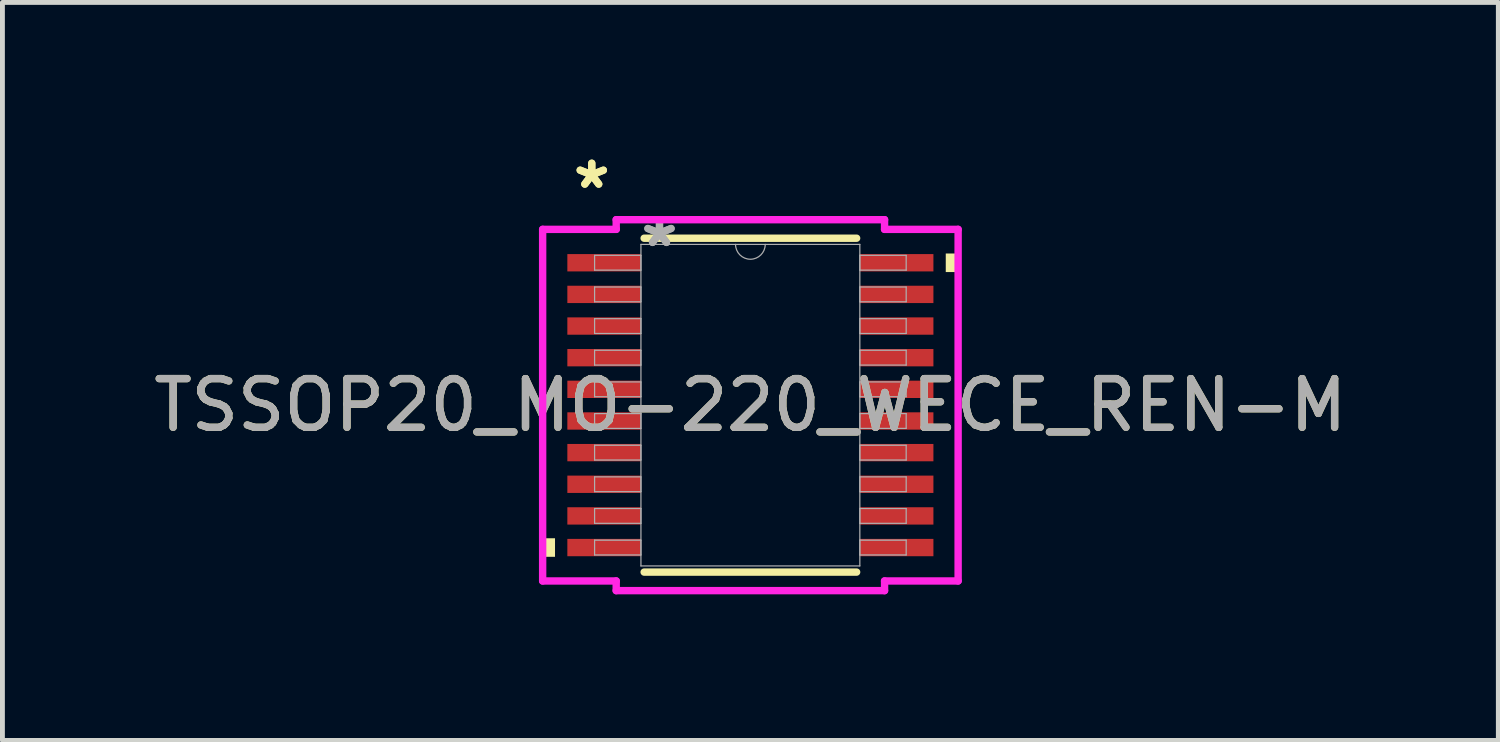
<source format=kicad_pcb>
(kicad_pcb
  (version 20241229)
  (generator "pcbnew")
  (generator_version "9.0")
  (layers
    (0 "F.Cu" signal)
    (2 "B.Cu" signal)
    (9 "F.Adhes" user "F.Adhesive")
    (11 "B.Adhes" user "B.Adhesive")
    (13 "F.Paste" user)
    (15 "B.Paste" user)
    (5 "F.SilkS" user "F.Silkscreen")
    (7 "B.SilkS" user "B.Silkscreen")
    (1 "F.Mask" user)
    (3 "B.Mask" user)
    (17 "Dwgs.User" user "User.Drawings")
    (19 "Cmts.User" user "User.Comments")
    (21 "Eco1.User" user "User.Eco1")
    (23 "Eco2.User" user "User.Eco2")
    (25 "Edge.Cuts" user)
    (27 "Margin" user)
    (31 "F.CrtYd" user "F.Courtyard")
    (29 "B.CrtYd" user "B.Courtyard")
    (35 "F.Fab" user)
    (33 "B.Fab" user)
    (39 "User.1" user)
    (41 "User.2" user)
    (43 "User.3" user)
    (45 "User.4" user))
  (footprint "TSSOP20_MO-220_WECE_REN-M"
    (layer "F.Cu")
    (at 12.363 5.272)
    (property "Reference" "TSSOP20_MO-220_WECE_REN-M" (at 0 0 0) (unlocked yes) (layer "F.SilkS") (effects (font (size 1 1) (thickness 0.15))))
    (attr smd)
    (fp_line (start -2.182 3.429) (end 2.182 3.429) (stroke (width 0.152) (type solid)) (layer "F.SilkS"))
    (fp_line (start 2.182 -3.429) (end -2.182 -3.429) (stroke (width 0.152) (type solid)) (layer "F.SilkS"))
    (fp_poly (pts (xy -4.267 2.734) (xy -4.267 3.115) (xy -4.013 3.115) (xy -4.013 2.734)) (stroke (width 0) (type solid)) (fill yes) (layer "F.SilkS"))
    (fp_poly (pts (xy 4.267 -3.115) (xy 4.267 -2.734) (xy 4.013 -2.734) (xy 4.013 -3.115)) (stroke (width 0) (type solid)) (fill yes) (layer "F.SilkS"))
    (fp_line (start -4.267 -3.611) (end -2.756 -3.611) (stroke (width 0.152) (type solid)) (layer "F.CrtYd"))
    (fp_line (start -4.267 3.611) (end -4.267 -3.611) (stroke (width 0.152) (type solid)) (layer "F.CrtYd"))
    (fp_line (start -4.267 3.611) (end -2.756 3.611) (stroke (width 0.152) (type solid)) (layer "F.CrtYd"))
    (fp_line (start -2.756 -3.81) (end 2.756 -3.81) (stroke (width 0.152) (type solid)) (layer "F.CrtYd"))
    (fp_line (start -2.756 -3.611) (end -2.756 -3.81) (stroke (width 0.152) (type solid)) (layer "F.CrtYd"))
    (fp_line (start -2.756 3.81) (end -2.756 3.611) (stroke (width 0.152) (type solid)) (layer "F.CrtYd"))
    (fp_line (start 2.756 -3.81) (end 2.756 -3.611) (stroke (width 0.152) (type solid)) (layer "F.CrtYd"))
    (fp_line (start 2.756 3.611) (end 2.756 3.81) (stroke (width 0.152) (type solid)) (layer "F.CrtYd"))
    (fp_line (start 2.756 3.81) (end -2.756 3.81) (stroke (width 0.152) (type solid)) (layer "F.CrtYd"))
    (fp_line (start 4.267 -3.611) (end 2.756 -3.611) (stroke (width 0.152) (type solid)) (layer "F.CrtYd"))
    (fp_line (start 4.267 -3.611) (end 4.267 3.611) (stroke (width 0.152) (type solid)) (layer "F.CrtYd"))
    (fp_line (start 4.267 3.611) (end 2.756 3.611) (stroke (width 0.152) (type solid)) (layer "F.CrtYd"))
    (fp_line (start -3.2 -3.077) (end -3.2 -2.773) (stroke (width 0.025) (type solid)) (layer "F.Fab"))
    (fp_line (start -3.2 -2.773) (end -2.248 -2.773) (stroke (width 0.025) (type solid)) (layer "F.Fab"))
    (fp_line (start -3.2 -2.427) (end -3.2 -2.123) (stroke (width 0.025) (type solid)) (layer "F.Fab"))
    (fp_line (start -3.2 -2.123) (end -2.248 -2.123) (stroke (width 0.025) (type solid)) (layer "F.Fab"))
    (fp_line (start -3.2 -1.777) (end -3.2 -1.473) (stroke (width 0.025) (type solid)) (layer "F.Fab"))
    (fp_line (start -3.2 -1.473) (end -2.248 -1.473) (stroke (width 0.025) (type solid)) (layer "F.Fab"))
    (fp_line (start -3.2 -1.127) (end -3.2 -0.823) (stroke (width 0.025) (type solid)) (layer "F.Fab"))
    (fp_line (start -3.2 -0.823) (end -2.248 -0.823) (stroke (width 0.025) (type solid)) (layer "F.Fab"))
    (fp_line (start -3.2 -0.477) (end -3.2 -0.173) (stroke (width 0.025) (type solid)) (layer "F.Fab"))
    (fp_line (start -3.2 -0.173) (end -2.248 -0.173) (stroke (width 0.025) (type solid)) (layer "F.Fab"))
    (fp_line (start -3.2 0.173) (end -3.2 0.477) (stroke (width 0.025) (type solid)) (layer "F.Fab"))
    (fp_line (start -3.2 0.477) (end -2.248 0.477) (stroke (width 0.025) (type solid)) (layer "F.Fab"))
    (fp_line (start -3.2 0.823) (end -3.2 1.127) (stroke (width 0.025) (type solid)) (layer "F.Fab"))
    (fp_line (start -3.2 1.127) (end -2.248 1.127) (stroke (width 0.025) (type solid)) (layer "F.Fab"))
    (fp_line (start -3.2 1.473) (end -3.2 1.777) (stroke (width 0.025) (type solid)) (layer "F.Fab"))
    (fp_line (start -3.2 1.777) (end -2.248 1.777) (stroke (width 0.025) (type solid)) (layer "F.Fab"))
    (fp_line (start -3.2 2.123) (end -3.2 2.427) (stroke (width 0.025) (type solid)) (layer "F.Fab"))
    (fp_line (start -3.2 2.427) (end -2.248 2.427) (stroke (width 0.025) (type solid)) (layer "F.Fab"))
    (fp_line (start -3.2 2.773) (end -3.2 3.077) (stroke (width 0.025) (type solid)) (layer "F.Fab"))
    (fp_line (start -3.2 3.077) (end -2.248 3.077) (stroke (width 0.025) (type solid)) (layer "F.Fab"))
    (fp_line (start -2.248 -3.302) (end -2.248 3.302) (stroke (width 0.025) (type solid)) (layer "F.Fab"))
    (fp_line (start -2.248 -3.077) (end -3.2 -3.077) (stroke (width 0.025) (type solid)) (layer "F.Fab"))
    (fp_line (start -2.248 -2.773) (end -2.248 -3.077) (stroke (width 0.025) (type solid)) (layer "F.Fab"))
    (fp_line (start -2.248 -2.427) (end -3.2 -2.427) (stroke (width 0.025) (type solid)) (layer "F.Fab"))
    (fp_line (start -2.248 -2.123) (end -2.248 -2.427) (stroke (width 0.025) (type solid)) (layer "F.Fab"))
    (fp_line (start -2.248 -1.777) (end -3.2 -1.777) (stroke (width 0.025) (type solid)) (layer "F.Fab"))
    (fp_line (start -2.248 -1.473) (end -2.248 -1.777) (stroke (width 0.025) (type solid)) (layer "F.Fab"))
    (fp_line (start -2.248 -1.127) (end -3.2 -1.127) (stroke (width 0.025) (type solid)) (layer "F.Fab"))
    (fp_line (start -2.248 -0.823) (end -2.248 -1.127) (stroke (width 0.025) (type solid)) (layer "F.Fab"))
    (fp_line (start -2.248 -0.477) (end -3.2 -0.477) (stroke (width 0.025) (type solid)) (layer "F.Fab"))
    (fp_line (start -2.248 -0.173) (end -2.248 -0.477) (stroke (width 0.025) (type solid)) (layer "F.Fab"))
    (fp_line (start -2.248 0.173) (end -3.2 0.173) (stroke (width 0.025) (type solid)) (layer "F.Fab"))
    (fp_line (start -2.248 0.477) (end -2.248 0.173) (stroke (width 0.025) (type solid)) (layer "F.Fab"))
    (fp_line (start -2.248 0.823) (end -3.2 0.823) (stroke (width 0.025) (type solid)) (layer "F.Fab"))
    (fp_line (start -2.248 1.127) (end -2.248 0.823) (stroke (width 0.025) (type solid)) (layer "F.Fab"))
    (fp_line (start -2.248 1.473) (end -3.2 1.473) (stroke (width 0.025) (type solid)) (layer "F.Fab"))
    (fp_line (start -2.248 1.777) (end -2.248 1.473) (stroke (width 0.025) (type solid)) (layer "F.Fab"))
    (fp_line (start -2.248 2.123) (end -3.2 2.123) (stroke (width 0.025) (type solid)) (layer "F.Fab"))
    (fp_line (start -2.248 2.427) (end -2.248 2.123) (stroke (width 0.025) (type solid)) (layer "F.Fab"))
    (fp_line (start -2.248 2.773) (end -3.2 2.773) (stroke (width 0.025) (type solid)) (layer "F.Fab"))
    (fp_line (start -2.248 3.077) (end -2.248 2.773) (stroke (width 0.025) (type solid)) (layer "F.Fab"))
    (fp_line (start -2.248 3.302) (end 2.248 3.302) (stroke (width 0.025) (type solid)) (layer "F.Fab"))
    (fp_line (start 2.248 -3.302) (end -2.248 -3.302) (stroke (width 0.025) (type solid)) (layer "F.Fab"))
    (fp_line (start 2.248 -3.077) (end 2.248 -2.773) (stroke (width 0.025) (type solid)) (layer "F.Fab"))
    (fp_line (start 2.248 -2.773) (end 3.2 -2.773) (stroke (width 0.025) (type solid)) (layer "F.Fab"))
    (fp_line (start 2.248 -2.427) (end 2.248 -2.123) (stroke (width 0.025) (type solid)) (layer "F.Fab"))
    (fp_line (start 2.248 -2.123) (end 3.2 -2.123) (stroke (width 0.025) (type solid)) (layer "F.Fab"))
    (fp_line (start 2.248 -1.777) (end 2.248 -1.473) (stroke (width 0.025) (type solid)) (layer "F.Fab"))
    (fp_line (start 2.248 -1.473) (end 3.2 -1.473) (stroke (width 0.025) (type solid)) (layer "F.Fab"))
    (fp_line (start 2.248 -1.127) (end 2.248 -0.823) (stroke (width 0.025) (type solid)) (layer "F.Fab"))
    (fp_line (start 2.248 -0.823) (end 3.2 -0.823) (stroke (width 0.025) (type solid)) (layer "F.Fab"))
    (fp_line (start 2.248 -0.477) (end 2.248 -0.173) (stroke (width 0.025) (type solid)) (layer "F.Fab"))
    (fp_line (start 2.248 -0.173) (end 3.2 -0.173) (stroke (width 0.025) (type solid)) (layer "F.Fab"))
    (fp_line (start 2.248 0.173) (end 2.248 0.477) (stroke (width 0.025) (type solid)) (layer "F.Fab"))
    (fp_line (start 2.248 0.477) (end 3.2 0.477) (stroke (width 0.025) (type solid)) (layer "F.Fab"))
    (fp_line (start 2.248 0.823) (end 2.248 1.127) (stroke (width 0.025) (type solid)) (layer "F.Fab"))
    (fp_line (start 2.248 1.127) (end 3.2 1.127) (stroke (width 0.025) (type solid)) (layer "F.Fab"))
    (fp_line (start 2.248 1.473) (end 2.248 1.777) (stroke (width 0.025) (type solid)) (layer "F.Fab"))
    (fp_line (start 2.248 1.777) (end 3.2 1.777) (stroke (width 0.025) (type solid)) (layer "F.Fab"))
    (fp_line (start 2.248 2.123) (end 2.248 2.427) (stroke (width 0.025) (type solid)) (layer "F.Fab"))
    (fp_line (start 2.248 2.427) (end 3.2 2.427) (stroke (width 0.025) (type solid)) (layer "F.Fab"))
    (fp_line (start 2.248 2.773) (end 2.248 3.077) (stroke (width 0.025) (type solid)) (layer "F.Fab"))
    (fp_line (start 2.248 3.077) (end 3.2 3.077) (stroke (width 0.025) (type solid)) (layer "F.Fab"))
    (fp_line (start 2.248 3.302) (end 2.248 -3.302) (stroke (width 0.025) (type solid)) (layer "F.Fab"))
    (fp_line (start 3.2 -3.077) (end 2.248 -3.077) (stroke (width 0.025) (type solid)) (layer "F.Fab"))
    (fp_line (start 3.2 -2.773) (end 3.2 -3.077) (stroke (width 0.025) (type solid)) (layer "F.Fab"))
    (fp_line (start 3.2 -2.427) (end 2.248 -2.427) (stroke (width 0.025) (type solid)) (layer "F.Fab"))
    (fp_line (start 3.2 -2.123) (end 3.2 -2.427) (stroke (width 0.025) (type solid)) (layer "F.Fab"))
    (fp_line (start 3.2 -1.777) (end 2.248 -1.777) (stroke (width 0.025) (type solid)) (layer "F.Fab"))
    (fp_line (start 3.2 -1.473) (end 3.2 -1.777) (stroke (width 0.025) (type solid)) (layer "F.Fab"))
    (fp_line (start 3.2 -1.127) (end 2.248 -1.127) (stroke (width 0.025) (type solid)) (layer "F.Fab"))
    (fp_line (start 3.2 -0.823) (end 3.2 -1.127) (stroke (width 0.025) (type solid)) (layer "F.Fab"))
    (fp_line (start 3.2 -0.477) (end 2.248 -0.477) (stroke (width 0.025) (type solid)) (layer "F.Fab"))
    (fp_line (start 3.2 -0.173) (end 3.2 -0.477) (stroke (width 0.025) (type solid)) (layer "F.Fab"))
    (fp_line (start 3.2 0.173) (end 2.248 0.173) (stroke (width 0.025) (type solid)) (layer "F.Fab"))
    (fp_line (start 3.2 0.477) (end 3.2 0.173) (stroke (width 0.025) (type solid)) (layer "F.Fab"))
    (fp_line (start 3.2 0.823) (end 2.248 0.823) (stroke (width 0.025) (type solid)) (layer "F.Fab"))
    (fp_line (start 3.2 1.127) (end 3.2 0.823) (stroke (width 0.025) (type solid)) (layer "F.Fab"))
    (fp_line (start 3.2 1.473) (end 2.248 1.473) (stroke (width 0.025) (type solid)) (layer "F.Fab"))
    (fp_line (start 3.2 1.777) (end 3.2 1.473) (stroke (width 0.025) (type solid)) (layer "F.Fab"))
    (fp_line (start 3.2 2.123) (end 2.248 2.123) (stroke (width 0.025) (type solid)) (layer "F.Fab"))
    (fp_line (start 3.2 2.427) (end 3.2 2.123) (stroke (width 0.025) (type solid)) (layer "F.Fab"))
    (fp_line (start 3.2 2.773) (end 2.248 2.773) (stroke (width 0.025) (type solid)) (layer "F.Fab"))
    (fp_line (start 3.2 3.077) (end 3.2 2.773) (stroke (width 0.025) (type solid)) (layer "F.Fab"))
    (fp_arc (start 0.3048 -3.302) (mid 0 -2.9972) (end -0.3048 -3.302) (stroke (width 0.0254) (type solid)) (layer "F.Fab"))
    (fp_text user "*" (at -3.258 -4.424 0) (layer "F.SilkS") (effects (font (size 1 1) (thickness 0.15))))
    (fp_text user "*" (at -3.258 -4.424 0) (unlocked yes) (layer "F.SilkS") (effects (font (size 1 1) (thickness 0.15))))
    (fp_text user "${REFERENCE}" (at 0 0 0) (unlocked yes) (layer "F.Fab") (effects (font (size 1 1) (thickness 0.15))))
    (fp_text user "*" (at -1.867 -3.226 0) (layer "F.Fab") (effects (font (size 1 1) (thickness 0.15))))
    (fp_text user "*" (at -1.867 -3.226 0) (unlocked yes) (layer "F.Fab") (effects (font (size 1 1) (thickness 0.15))))
    (pad "1" smd rect (at -3.004 -2.925) (size 1.511 0.356) (layers "F.Cu" "F.Mask" "F.Paste"))
    (pad "2" smd rect (at -3.004 -2.275) (size 1.511 0.356) (layers "F.Cu" "F.Mask" "F.Paste"))
    (pad "3" smd rect (at -3.004 -1.625) (size 1.511 0.356) (layers "F.Cu" "F.Mask" "F.Paste"))
    (pad "4" smd rect (at -3.004 -0.975) (size 1.511 0.356) (layers "F.Cu" "F.Mask" "F.Paste"))
    (pad "5" smd rect (at -3.004 -0.325) (size 1.511 0.356) (layers "F.Cu" "F.Mask" "F.Paste"))
    (pad "6" smd rect (at -3.004 0.325) (size 1.511 0.356) (layers "F.Cu" "F.Mask" "F.Paste"))
    (pad "7" smd rect (at -3.004 0.975) (size 1.511 0.356) (layers "F.Cu" "F.Mask" "F.Paste"))
    (pad "8" smd rect (at -3.004 1.625) (size 1.511 0.356) (layers "F.Cu" "F.Mask" "F.Paste"))
    (pad "9" smd rect (at -3.004 2.275) (size 1.511 0.356) (layers "F.Cu" "F.Mask" "F.Paste"))
    (pad "10" smd rect (at -3.004 2.925) (size 1.511 0.356) (layers "F.Cu" "F.Mask" "F.Paste"))
    (pad "11" smd rect (at 3.004 2.925) (size 1.511 0.356) (layers "F.Cu" "F.Mask" "F.Paste"))
    (pad "12" smd rect (at 3.004 2.275) (size 1.511 0.356) (layers "F.Cu" "F.Mask" "F.Paste"))
    (pad "13" smd rect (at 3.004 1.625) (size 1.511 0.356) (layers "F.Cu" "F.Mask" "F.Paste"))
    (pad "14" smd rect (at 3.004 0.975) (size 1.511 0.356) (layers "F.Cu" "F.Mask" "F.Paste"))
    (pad "15" smd rect (at 3.004 0.325) (size 1.511 0.356) (layers "F.Cu" "F.Mask" "F.Paste"))
    (pad "16" smd rect (at 3.004 -0.325) (size 1.511 0.356) (layers "F.Cu" "F.Mask" "F.Paste"))
    (pad "17" smd rect (at 3.004 -0.975) (size 1.511 0.356) (layers "F.Cu" "F.Mask" "F.Paste"))
    (pad "18" smd rect (at 3.004 -1.625) (size 1.511 0.356) (layers "F.Cu" "F.Mask" "F.Paste"))
    (pad "19" smd rect (at 3.004 -2.275) (size 1.511 0.356) (layers "F.Cu" "F.Mask" "F.Paste"))
    (pad "20" smd rect (at 3.004 -2.925) (size 1.511 0.356) (layers "F.Cu" "F.Mask" "F.Paste")))
  (gr_rect
    (start -3 -3)
    (end 27.726 12.158)
    (stroke (width 0.1) (type default))
    (fill no)
    (layer "Edge.Cuts")))
</source>
